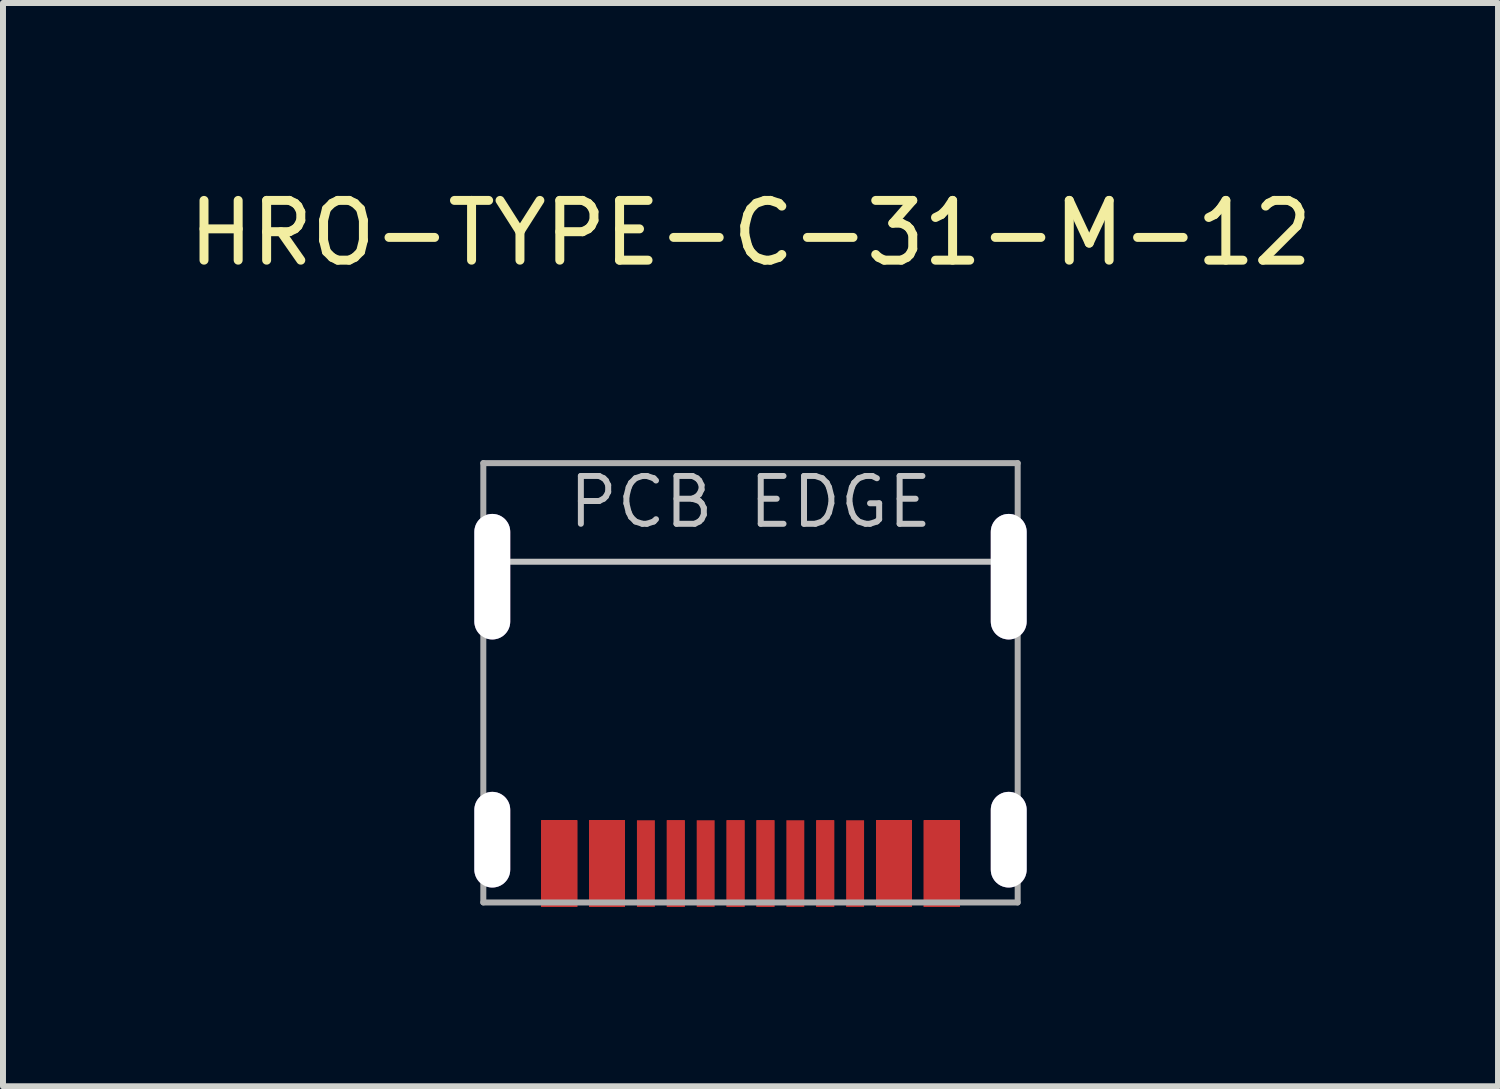
<source format=kicad_pcb>
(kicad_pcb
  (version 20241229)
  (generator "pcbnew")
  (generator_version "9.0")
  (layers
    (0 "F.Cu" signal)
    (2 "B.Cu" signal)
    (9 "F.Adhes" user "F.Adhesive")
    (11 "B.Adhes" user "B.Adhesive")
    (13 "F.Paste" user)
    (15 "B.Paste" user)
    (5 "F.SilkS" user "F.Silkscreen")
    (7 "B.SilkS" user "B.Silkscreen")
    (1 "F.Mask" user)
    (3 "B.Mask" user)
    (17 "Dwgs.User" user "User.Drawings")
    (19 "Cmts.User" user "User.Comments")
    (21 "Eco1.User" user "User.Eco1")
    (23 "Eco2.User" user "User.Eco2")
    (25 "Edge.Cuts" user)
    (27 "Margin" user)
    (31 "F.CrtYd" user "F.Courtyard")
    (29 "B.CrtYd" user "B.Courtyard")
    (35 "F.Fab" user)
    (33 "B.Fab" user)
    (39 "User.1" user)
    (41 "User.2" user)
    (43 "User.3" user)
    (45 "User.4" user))
  (footprint "HRO-TYPE-C-31-M-12"
    (layer "F.Cu")
    (at 9.506 6.348)
    (property "Reference" "HRO-TYPE-C-31-M-12" (at 0 -5.5 0) (layer "F.SilkS") (effects (font (size 1 1) (thickness 0.15))))
    (attr smd)
    (fp_line (start -4.5 0) (end 4.5 0) (stroke (width 0.1) (type solid)) (layer "Dwgs.User"))
    (fp_line (start -4.47 -1.65) (end 4.47 -1.65) (stroke (width 0.1) (type solid)) (layer "F.Fab"))
    (fp_line (start -4.47 5.7) (end -4.47 -1.65) (stroke (width 0.1) (type solid)) (layer "F.Fab"))
    (fp_line (start 4.47 -1.65) (end 4.47 5.7) (stroke (width 0.1) (type solid)) (layer "F.Fab"))
    (fp_line (start 4.47 5.7) (end -4.47 5.7) (stroke (width 0.1) (type solid)) (layer "F.Fab"))
    (fp_text user "PCB EDGE" (at 0 -1 0) (layer "Dwgs.User") (effects (font (size 0.8 0.8) (thickness 0.1))))
    (pad "A1" smd rect (at -3.2 5.05) (size 0.6 1.45) (layers "F.Cu" "F.Mask" "F.Paste"))
    (pad "A1" smd rect (at -3.2 5.05) (size 0.6 1.45) (layers "F.Cu" "F.Mask" "F.Paste"))
    (pad "A4" smd rect (at -2.4 5.05) (size 0.6 1.45) (layers "F.Cu" "F.Mask" "F.Paste"))
    (pad "A4" smd rect (at -2.4 5.05) (size 0.6 1.45) (layers "F.Cu" "F.Mask" "F.Paste"))
    (pad "A5" smd rect (at -1.25 5.05) (size 0.3 1.45) (layers "F.Cu" "F.Mask" "F.Paste"))
    (pad "A5" smd rect (at -1.25 5.05) (size 0.3 1.45) (layers "F.Cu" "F.Mask" "F.Paste"))
    (pad "A6" smd rect (at -0.25 5.05) (size 0.3 1.45) (layers "F.Cu" "F.Mask" "F.Paste"))
    (pad "A6" smd rect (at -0.25 5.05) (size 0.3 1.45) (layers "F.Cu" "F.Mask" "F.Paste"))
    (pad "A7" smd rect (at 0.25 5.05) (size 0.3 1.45) (layers "F.Cu" "F.Mask" "F.Paste"))
    (pad "A7" smd rect (at 0.25 5.05) (size 0.3 1.45) (layers "F.Cu" "F.Mask" "F.Paste"))
    (pad "A8" smd rect (at 1.25 5.05) (size 0.3 1.45) (layers "F.Cu" "F.Mask" "F.Paste"))
    (pad "A8" smd rect (at 1.25 5.05) (size 0.3 1.45) (layers "F.Cu" "F.Mask" "F.Paste"))
    (pad "A9" smd rect (at 2.4 5.05) (size 0.6 1.45) (layers "F.Cu" "F.Mask" "F.Paste"))
    (pad "A9" smd rect (at 2.4 5.05) (size 0.6 1.45) (layers "F.Cu" "F.Mask" "F.Paste"))
    (pad "A12" smd rect (at 3.2 5.05) (size 0.6 1.45) (layers "F.Cu" "F.Mask" "F.Paste"))
    (pad "A12" smd rect (at 3.2 5.05) (size 0.6 1.45) (layers "F.Cu" "F.Mask" "F.Paste"))
    (pad "B1" smd rect (at 3.2 5.05) (size 0.6 1.45) (layers "F.Cu" "F.Mask" "F.Paste"))
    (pad "B1" smd rect (at 3.2 5.05) (size 0.6 1.45) (layers "F.Cu" "F.Mask" "F.Paste"))
    (pad "B4" smd rect (at 2.4 5.05) (size 0.6 1.45) (layers "F.Cu" "F.Mask" "F.Paste"))
    (pad "B4" smd rect (at 2.4 5.05) (size 0.6 1.45) (layers "F.Cu" "F.Mask" "F.Paste"))
    (pad "B5" smd rect (at 1.75 5.05) (size 0.3 1.45) (layers "F.Cu" "F.Mask" "F.Paste"))
    (pad "B6" smd rect (at 0.75 5.05) (size 0.3 1.45) (layers "F.Cu" "F.Mask" "F.Paste"))
    (pad "B7" smd rect (at -0.75 5.05) (size 0.3 1.45) (layers "F.Cu" "F.Mask" "F.Paste"))
    (pad "B8" smd rect (at -1.75 5.05) (size 0.3 1.45) (layers "F.Cu" "F.Mask" "F.Paste"))
    (pad "B9" smd rect (at -2.4 5.05) (size 0.6 1.45) (layers "F.Cu" "F.Mask" "F.Paste"))
    (pad "B9" smd rect (at -2.4 5.05) (size 0.6 1.45) (layers "F.Cu" "F.Mask" "F.Paste"))
    (pad "B12" smd rect (at -3.2 5.05) (size 0.6 1.45) (layers "F.Cu" "F.Mask" "F.Paste"))
    (pad "B12" smd rect (at -3.2 5.05) (size 0.6 1.45) (layers "F.Cu" "F.Mask" "F.Paste"))
    (pad "S1" thru_hole oval (at -4.32 0.25) (size 0.6 2.1) (drill oval 0.6 2.1) (layers "*.Cu" "*.Mask"))
    (pad "S2" thru_hole oval (at 4.32 0.25) (size 0.6 2.1) (drill oval 0.6 2.1) (layers "*.Cu" "*.Mask"))
    (pad "S3" thru_hole oval (at -4.32 4.65) (size 0.6 1.6) (drill oval 0.6 1.6) (layers "*.Cu" "*.Mask"))
    (pad "S4" thru_hole oval (at 4.32 4.65) (size 0.6 1.6) (drill oval 0.6 1.6) (layers "*.Cu" "*.Mask")))
  (gr_rect
    (start -3 -3)
    (end 22.012 15.123)
    (stroke (width 0.1) (type default))
    (fill no)
    (layer "Edge.Cuts")))
</source>
